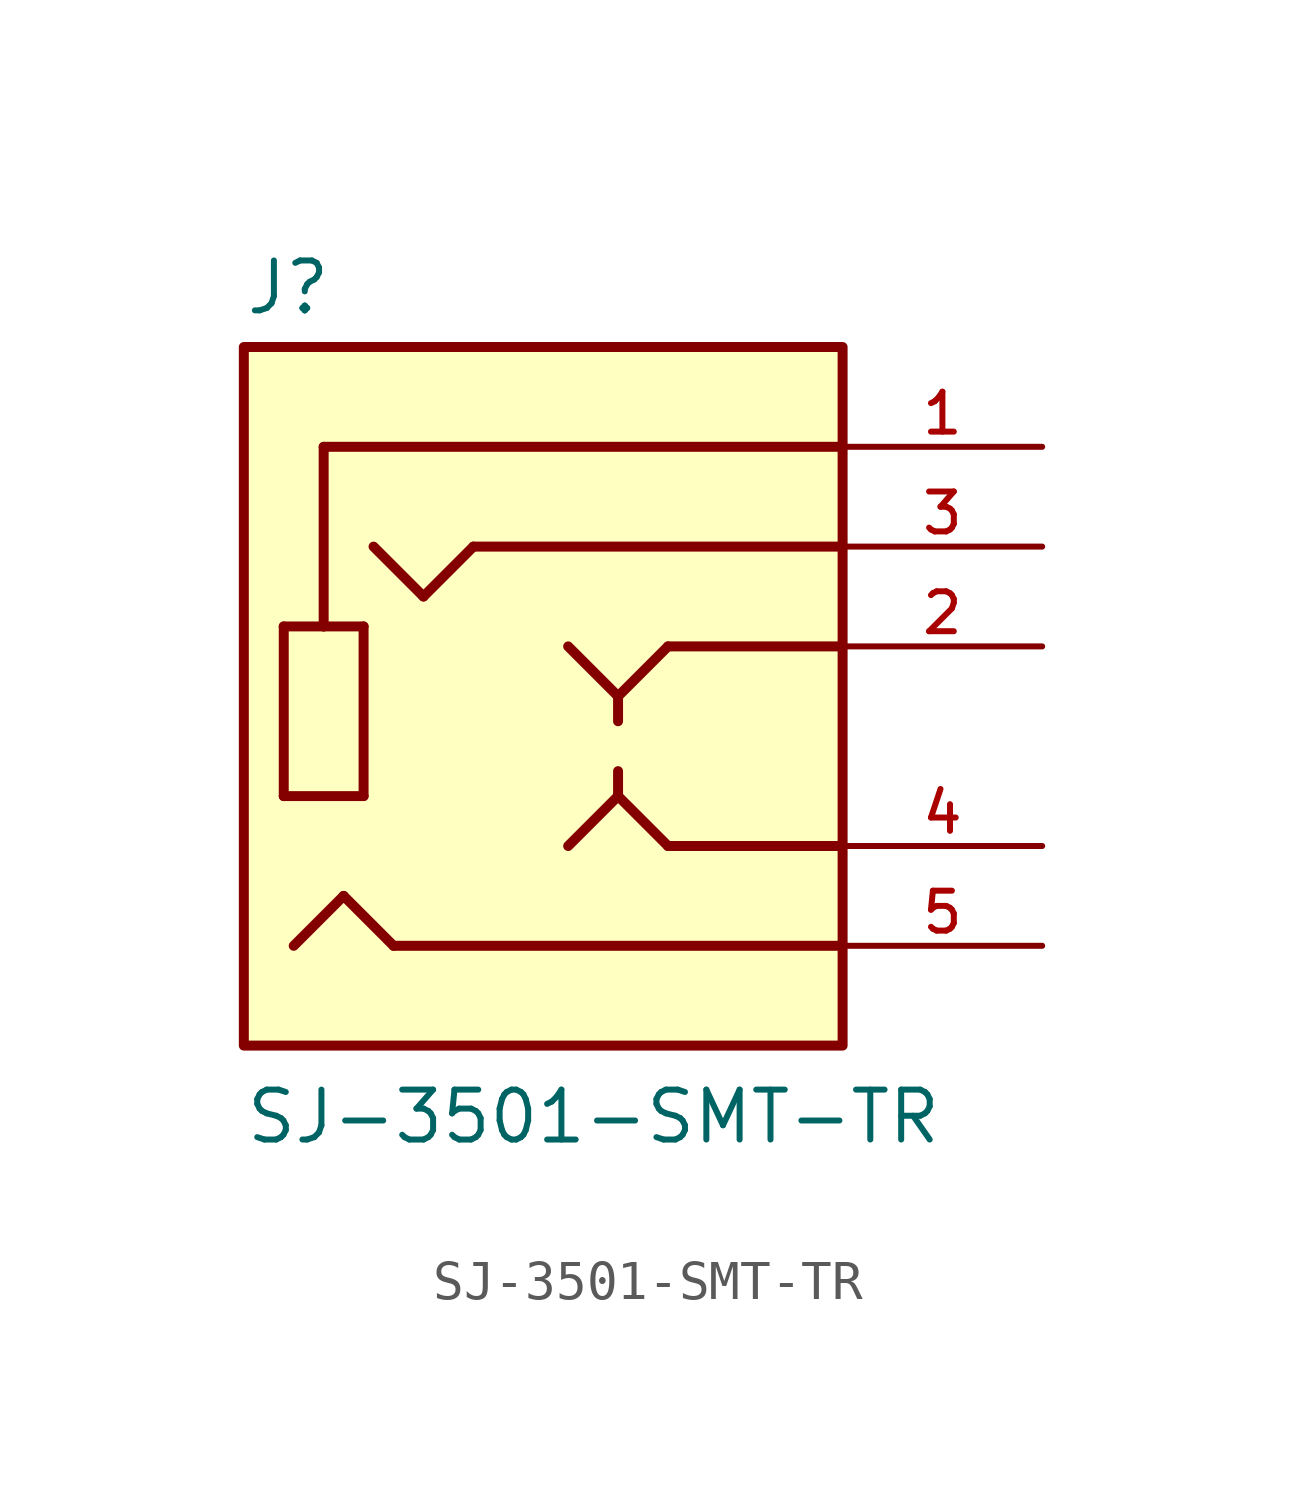
<source format=kicad_sym>
(kicad_symbol_lib
  (version 20211014)
  (generator kicad_symbol_editor)
  (symbol "SJ-3501-SMT-TR"
    (pin_names
      (offset 1.016))
    (property "Reference" "J"
      (at -7.62 8.389 0)
      (effects (font (size 1.27 1.27)) (justify bottom left)))
    (property "Value" "SJ-3501-SMT-TR"
      (at -7.62 -12.714 0)
      (effects (font (size 1.27 1.27)) (justify bottom left)))
    (symbol "SJ-3501-SMT-TR_0_0"
      (polyline (pts (xy -6.604 0.508) (xy -6.604 -3.81)) (stroke (width 0.254)))
      (polyline (pts (xy -6.604 -3.81) (xy -4.572 -3.81)) (stroke (width 0.254)))
      (polyline (pts (xy -4.572 -3.81) (xy -4.572 0.508)) (stroke (width 0.254)))
      (polyline (pts (xy -4.572 0.508) (xy -5.588 0.508)) (stroke (width 0.254)))
      (polyline (pts (xy -5.588 0.508) (xy -6.604 0.508)) (stroke (width 0.254)))
      (polyline (pts (xy -5.588 0.508) (xy -5.588 5.08)) (stroke (width 0.254)))
      (polyline (pts (xy -5.588 5.08) (xy 7.62 5.08)) (stroke (width 0.254)))
      (polyline (pts (xy 7.62 2.54) (xy -1.778 2.54)) (stroke (width 0.254)))
      (polyline (pts (xy -1.778 2.54) (xy -3.048 1.27)) (stroke (width 0.254)))
      (polyline (pts (xy -3.048 1.27) (xy -4.318 2.54)) (stroke (width 0.254)))
      (polyline (pts (xy 7.62 -7.62) (xy -3.81 -7.62)) (stroke (width 0.254)))
      (polyline (pts (xy -3.81 -7.62) (xy -5.08 -6.35)) (stroke (width 0.254)))
      (polyline (pts (xy -5.08 -6.35) (xy -6.35 -7.62)) (stroke (width 0.254)))
      (polyline (pts (xy 7.62 -5.08) (xy 3.175 -5.08)) (stroke (width 0.254)))
      (polyline (pts (xy 3.175 -5.08) (xy 1.905 -3.81)) (stroke (width 0.254)))
      (polyline (pts (xy 1.905 -3.81) (xy 0.635 -5.08)) (stroke (width 0.254)))
      (polyline (pts (xy 0.635 0.0) (xy 1.905 -1.27)) (stroke (width 0.254)))
      (polyline (pts (xy 1.905 -1.27) (xy 3.175 0.0)) (stroke (width 0.254)))
      (polyline (pts (xy 3.175 0.0) (xy 7.62 0.0)) (stroke (width 0.254)))
      (polyline (pts (xy 1.905 -1.27) (xy 1.905 -1.905)) (stroke (width 0.254)))
      (polyline (pts (xy 1.905 -3.175) (xy 1.905 -3.81)) (stroke (width 0.254)))
      (rectangle (start -7.62 -10.16) (end 7.62 7.62) (stroke (width 0.254)) (fill (type background)))
      (pin passive line (at 12.7 5.08 180.0) (length 5.08) (name "~" (effects (font (size 1.016 1.016)))) (number "1" (effects (font (size 1.016 1.016)))))
      (pin passive line (at 12.7 -7.62 180.0) (length 5.08) (name "~" (effects (font (size 1.016 1.016)))) (number "5" (effects (font (size 1.016 1.016)))))
      (pin passive line (at 12.7 -5.08 180.0) (length 5.08) (name "~" (effects (font (size 1.016 1.016)))) (number "4" (effects (font (size 1.016 1.016)))))
      (pin passive line (at 12.7 2.54 180.0) (length 5.08) (name "~" (effects (font (size 1.016 1.016)))) (number "3" (effects (font (size 1.016 1.016)))))
      (pin passive line (at 12.7 0.0 180.0) (length 5.08) (name "~" (effects (font (size 1.016 1.016)))) (number "2" (effects (font (size 1.016 1.016))))))))
</source>
